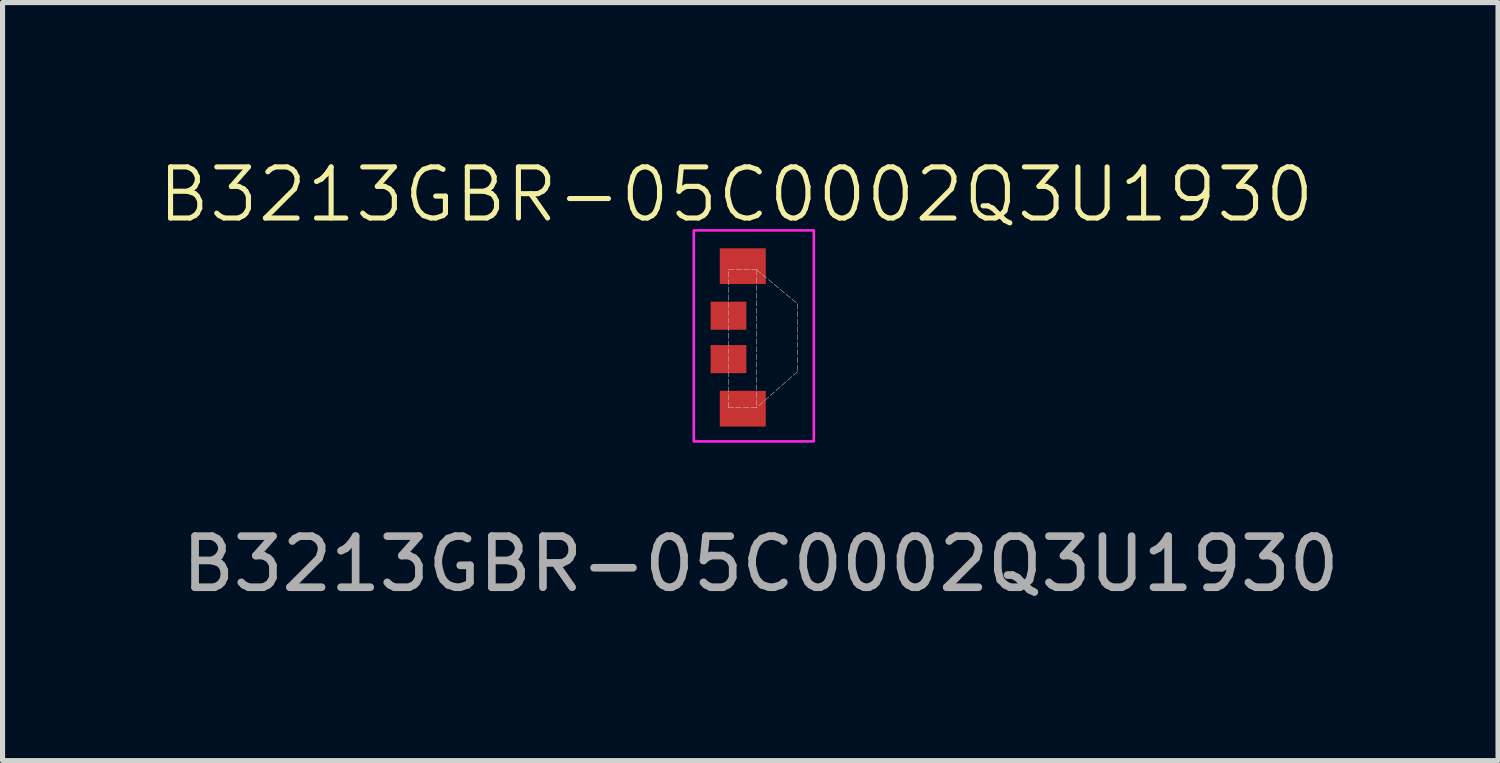
<source format=kicad_pcb>
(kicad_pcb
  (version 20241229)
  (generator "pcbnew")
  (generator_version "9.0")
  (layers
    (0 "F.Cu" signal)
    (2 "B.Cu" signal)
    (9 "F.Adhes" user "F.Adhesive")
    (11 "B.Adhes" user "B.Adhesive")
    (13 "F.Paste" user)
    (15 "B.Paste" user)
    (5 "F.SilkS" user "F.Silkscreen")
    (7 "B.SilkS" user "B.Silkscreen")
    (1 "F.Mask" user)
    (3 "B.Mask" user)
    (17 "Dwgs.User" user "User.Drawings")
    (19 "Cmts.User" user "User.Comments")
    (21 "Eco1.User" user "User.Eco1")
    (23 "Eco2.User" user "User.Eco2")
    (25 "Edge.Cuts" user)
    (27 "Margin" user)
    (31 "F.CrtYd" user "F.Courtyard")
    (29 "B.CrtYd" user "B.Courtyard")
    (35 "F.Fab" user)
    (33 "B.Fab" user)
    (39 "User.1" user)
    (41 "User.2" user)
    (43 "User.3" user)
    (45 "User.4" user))
  (footprint "B3213GBR-05C0002Q3U1930"
    (layer "F.Cu")
    (at 11.76 3.55)
    (property "Reference" "B3213GBR-05C0002Q3U1930" (at -0.4 -2.79 0) (unlocked yes) (layer "F.SilkS") (effects (font (size 1 1) (thickness 0.1))))
    (attr smd)
    (fp_line (start 0 -1.32) (end 0.8 -0.655) (stroke (width 0.01) (type dash)) (layer "Dwgs.User"))
    (fp_line (start 0.8 -0.655) (end 0.8 0.675) (stroke (width 0.01) (type dash)) (layer "Dwgs.User"))
    (fp_line (start 0.8 0.675) (end 0 1.38) (stroke (width 0.01) (type dash)) (layer "Dwgs.User"))
    (fp_rect (start -0.55 -1.32) (end 0 1.38) (stroke (width 0.01) (type dash)) (fill no) (layer "Dwgs.User"))
    (fp_rect (start -1.23 -2.09) (end 1.12 2.04) (stroke (width 0.05) (type default)) (fill no) (layer "F.CrtYd"))
    (fp_text user "${REFERENCE}" (at 0.08 4.44 0) (unlocked yes) (layer "F.Fab") (effects (font (size 1 1) (thickness 0.15))))
    (pad "1" smd rect (at -0.27 -1.39) (size 0.9 0.7) (layers "F.Cu" "F.Mask" "F.Paste"))
    (pad "2" smd rect (at -0.55 -0.42) (size 0.7 0.55) (layers "F.Cu" "F.Mask" "F.Paste"))
    (pad "3" smd rect (at -0.55 0.43) (size 0.7 0.55) (layers "F.Cu" "F.Mask" "F.Paste"))
    (pad "4" smd rect (at -0.27 1.4) (size 0.9 0.7) (layers "F.Cu" "F.Mask" "F.Paste")))
  (gr_rect
    (start -3 -3)
    (end 26.274 11.839)
    (stroke (width 0.1) (type default))
    (fill no)
    (layer "Edge.Cuts")))
</source>
